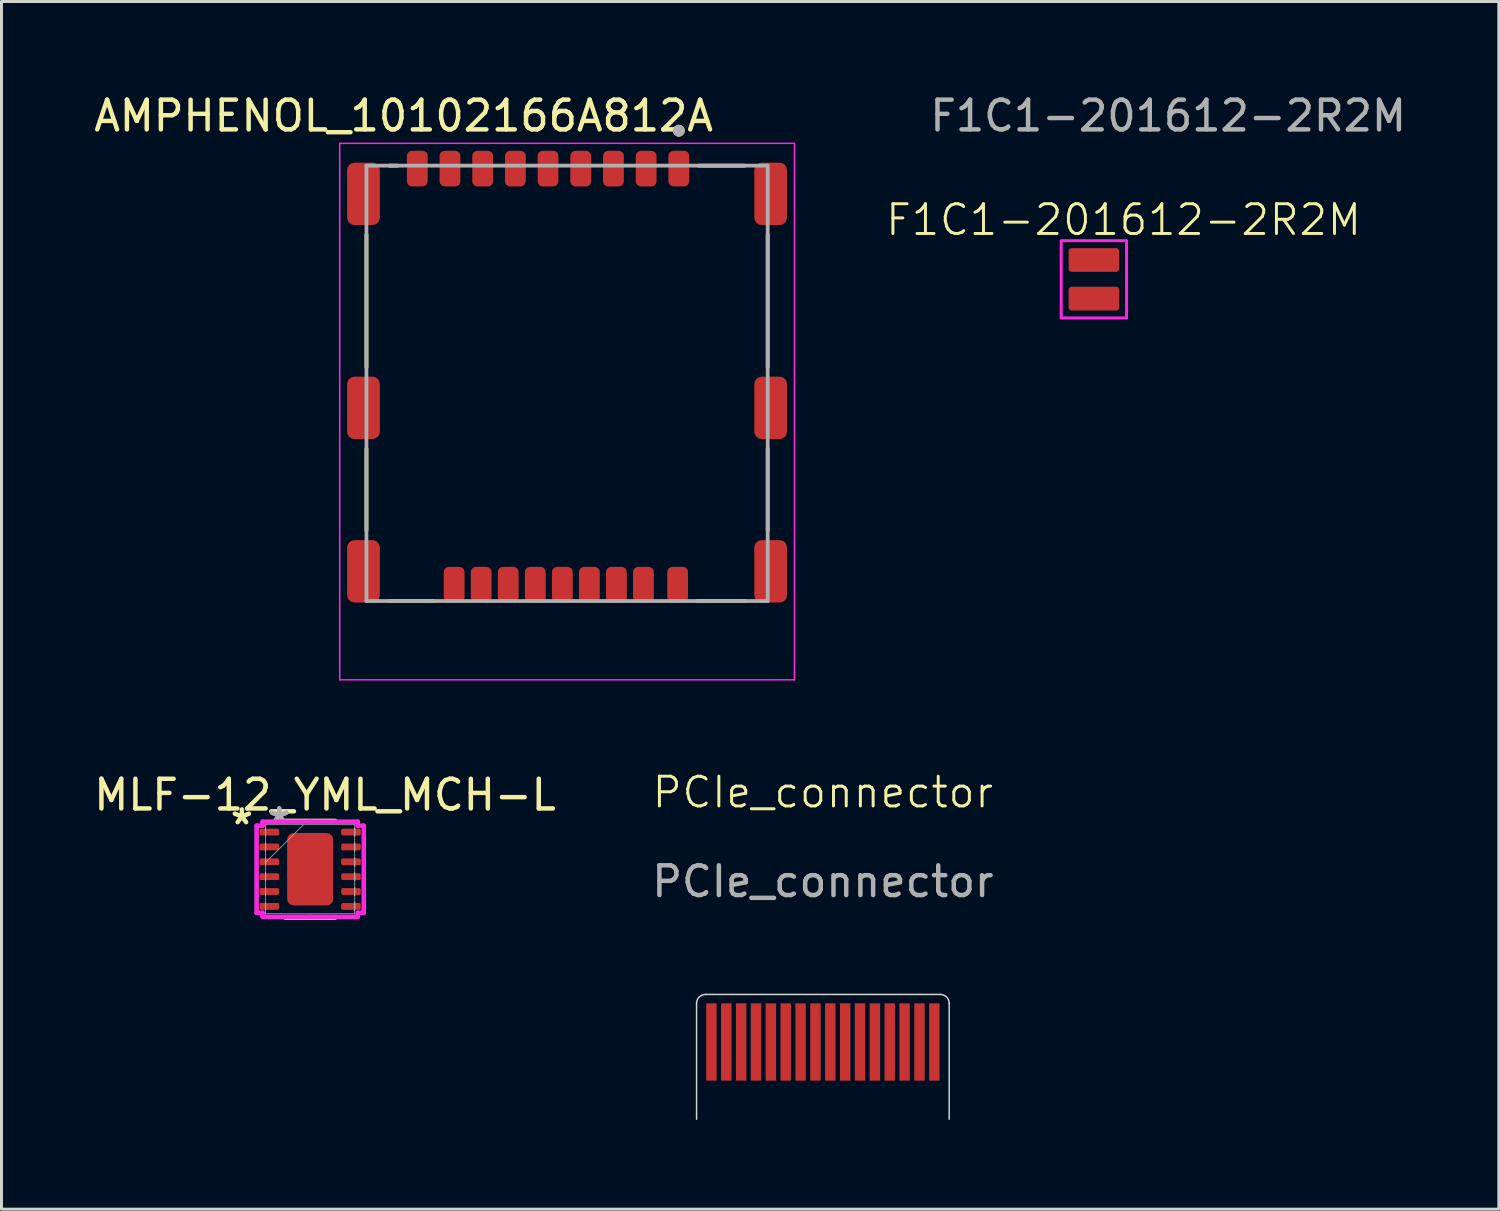
<source format=kicad_pcb>
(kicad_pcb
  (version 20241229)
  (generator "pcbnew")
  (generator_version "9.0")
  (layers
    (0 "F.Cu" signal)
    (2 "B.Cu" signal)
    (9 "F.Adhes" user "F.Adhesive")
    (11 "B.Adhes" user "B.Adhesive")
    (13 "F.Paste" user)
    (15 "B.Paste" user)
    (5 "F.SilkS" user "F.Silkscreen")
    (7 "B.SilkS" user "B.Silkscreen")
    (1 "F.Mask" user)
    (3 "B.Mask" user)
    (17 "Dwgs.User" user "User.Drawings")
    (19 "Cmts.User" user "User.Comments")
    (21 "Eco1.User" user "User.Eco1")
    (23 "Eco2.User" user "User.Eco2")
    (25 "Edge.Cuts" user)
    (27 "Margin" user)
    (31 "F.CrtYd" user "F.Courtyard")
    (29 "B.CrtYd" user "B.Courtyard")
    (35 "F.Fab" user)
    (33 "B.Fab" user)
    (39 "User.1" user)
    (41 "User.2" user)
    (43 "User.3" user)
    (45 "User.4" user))
  (footprint "PCIe_connector"
    (layer "F.Cu")
    (at 24.637 32.609)
    (property "Reference" "PCIe_connector" (at 0 -9 0) (unlocked yes) (layer "F.SilkS") (effects (font (size 1 1) (thickness 0.1))))
    (attr smd)
    (fp_line (start -4.25 2) (end -4.25 -1.9) (stroke (width 0.05) (type solid)) (layer "Edge.Cuts"))
    (fp_line (start -3.95 -2.2) (end 3.95 -2.2) (stroke (width 0.05) (type solid)) (layer "Edge.Cuts"))
    (fp_line (start 4.25 -1.9) (end 4.25 2) (stroke (width 0.05) (type solid)) (layer "Edge.Cuts"))
    (fp_arc (start -4.25 -1.9) (mid -4.162132 -2.112132) (end -3.95 -2.2) (stroke (width 0.05) (type solid)) (layer "Edge.Cuts"))
    (fp_arc (start 3.95 -2.2) (mid 4.162132 -2.112132) (end 4.25 -1.9) (stroke (width 0.05) (type solid)) (layer "Edge.Cuts"))
    (fp_line (start -4.25 1.3) (end -4.25 -1.9) (stroke (width 0.05) (type solid)) (layer "User.4"))
    (fp_line (start -3.95 -2.2) (end 3.95 -2.2) (stroke (width 0.05) (type solid)) (layer "User.4"))
    (fp_line (start 4.25 -1.9) (end 4.25 1.3) (stroke (width 0.05) (type solid)) (layer "User.4"))
    (fp_line (start 4.25 1.3) (end -4.25 1.3) (stroke (width 0.05) (type solid)) (layer "User.4"))
    (fp_arc (start -4.25 -1.9) (mid -4.162132 -2.112132) (end -3.95 -2.2) (stroke (width 0.05) (type solid)) (layer "User.4"))
    (fp_arc (start 3.95 -2.2) (mid 4.162132 -2.112132) (end 4.25 -1.9) (stroke (width 0.05) (type solid)) (layer "User.4"))
    (fp_text user "${REFERENCE}" (at 0 -6 0) (unlocked yes) (layer "F.Fab") (effects (font (size 1 1) (thickness 0.15))))
    (pad "1" smd rect (at 3.75 -0.6) (size 0.35 2.6) (layers "F.Cu" "F.Mask"))
    (pad "2" smd rect (at 3.25 -0.6) (size 0.35 2.6) (layers "F.Cu" "F.Mask"))
    (pad "3" smd rect (at 2.75 -0.6) (size 0.35 2.6) (layers "F.Cu" "F.Mask"))
    (pad "4" smd rect (at 2.25 -0.6) (size 0.35 2.6) (layers "F.Cu" "F.Mask"))
    (pad "5" smd rect (at 1.75 -0.6) (size 0.35 2.6) (layers "F.Cu" "F.Mask"))
    (pad "6" smd rect (at 1.25 -0.6) (size 0.35 2.6) (layers "F.Cu" "F.Mask"))
    (pad "7" smd rect (at 0.75 -0.6) (size 0.35 2.6) (layers "F.Cu" "F.Mask"))
    (pad "8" smd rect (at 0.25 -0.6) (size 0.35 2.6) (layers "F.Cu" "F.Mask"))
    (pad "9" smd rect (at -0.25 -0.6) (size 0.35 2.6) (layers "F.Cu" "F.Mask"))
    (pad "10" smd rect (at -0.75 -0.6) (size 0.35 2.6) (layers "F.Cu" "F.Mask"))
    (pad "11" smd rect (at -1.25 -0.6) (size 0.35 2.6) (layers "F.Cu" "F.Mask"))
    (pad "12" smd rect (at -1.75 -0.6) (size 0.35 2.6) (layers "F.Cu" "F.Mask"))
    (pad "13" smd rect (at -2.25 -0.6) (size 0.35 2.6) (layers "F.Cu" "F.Mask"))
    (pad "14" smd rect (at -2.75 -0.6) (size 0.35 2.6) (layers "F.Cu" "F.Mask"))
    (pad "15" smd rect (at -3.25 -0.6) (size 0.35 2.6) (layers "F.Cu" "F.Mask"))
    (pad "16" smd rect (at -3.75 -0.6) (size 0.35 2.6) (layers "F.Cu" "F.Mask")))
  (footprint "MLF-12_YML_MCH-L"
    (layer "F.Cu")
    (at 7.387 26.197)
    (property "Reference" "MLF-12_YML_MCH-L" (at 0.5 -2.5 0) (unlocked yes) (layer "F.SilkS") (effects (font (size 1 1) (thickness 0.15))))
    (attr smd)
    (fp_line (start -0.835 1.626) (end 0.835 1.626) (stroke (width 0.152) (type solid)) (layer "F.SilkS"))
    (fp_line (start 0.835 -1.626) (end -0.835 -1.626) (stroke (width 0.152) (type solid)) (layer "F.SilkS"))
    (fp_line (start -1.803 -1.466) (end -1.6 -1.466) (stroke (width 0.152) (type solid)) (layer "F.CrtYd"))
    (fp_line (start -1.803 1.466) (end -1.803 -1.466) (stroke (width 0.152) (type solid)) (layer "F.CrtYd"))
    (fp_line (start -1.6 -1.6) (end 0 -1.6) (stroke (width 0.152) (type solid)) (layer "F.CrtYd"))
    (fp_line (start -1.6 -1.466) (end -1.6 -1.6) (stroke (width 0.152) (type solid)) (layer "F.CrtYd"))
    (fp_line (start -1.6 1.466) (end -1.803 1.466) (stroke (width 0.152) (type solid)) (layer "F.CrtYd"))
    (fp_line (start -1.6 1.6) (end -1.6 1.466) (stroke (width 0.152) (type solid)) (layer "F.CrtYd"))
    (fp_line (start 0 -1.6) (end 1.6 -1.6) (stroke (width 0.152) (type solid)) (layer "F.CrtYd"))
    (fp_line (start 0 1.6) (end -1.6 1.6) (stroke (width 0.152) (type solid)) (layer "F.CrtYd"))
    (fp_line (start 1.6 -1.6) (end 1.6 -1.466) (stroke (width 0.152) (type solid)) (layer "F.CrtYd"))
    (fp_line (start 1.6 -1.466) (end 1.803 -1.466) (stroke (width 0.152) (type solid)) (layer "F.CrtYd"))
    (fp_line (start 1.6 1.466) (end 1.6 1.6) (stroke (width 0.152) (type solid)) (layer "F.CrtYd"))
    (fp_line (start 1.6 1.6) (end 0 1.6) (stroke (width 0.152) (type solid)) (layer "F.CrtYd"))
    (fp_line (start 1.803 -1.466) (end 1.803 1.466) (stroke (width 0.152) (type solid)) (layer "F.CrtYd"))
    (fp_line (start 1.803 1.466) (end 1.6 1.466) (stroke (width 0.152) (type solid)) (layer "F.CrtYd"))
    (fp_line (start -1.499 -1.499) (end -1.499 -1.499) (stroke (width 0.025) (type solid)) (layer "F.Fab"))
    (fp_line (start -1.499 -1.499) (end -1.499 1.499) (stroke (width 0.025) (type solid)) (layer "F.Fab"))
    (fp_line (start -1.499 -1.39) (end -1.499 -1.39) (stroke (width 0.025) (type solid)) (layer "F.Fab"))
    (fp_line (start -1.499 -1.39) (end -1.499 -1.11) (stroke (width 0.025) (type solid)) (layer "F.Fab"))
    (fp_line (start -1.499 -1.11) (end -1.499 -1.39) (stroke (width 0.025) (type solid)) (layer "F.Fab"))
    (fp_line (start -1.499 -1.11) (end -1.499 -1.11) (stroke (width 0.025) (type solid)) (layer "F.Fab"))
    (fp_line (start -1.499 -0.89) (end -1.499 -0.89) (stroke (width 0.025) (type solid)) (layer "F.Fab"))
    (fp_line (start -1.499 -0.89) (end -1.499 -0.61) (stroke (width 0.025) (type solid)) (layer "F.Fab"))
    (fp_line (start -1.499 -0.61) (end -1.499 -0.89) (stroke (width 0.025) (type solid)) (layer "F.Fab"))
    (fp_line (start -1.499 -0.61) (end -1.499 -0.61) (stroke (width 0.025) (type solid)) (layer "F.Fab"))
    (fp_line (start -1.499 -0.39) (end -1.499 -0.39) (stroke (width 0.025) (type solid)) (layer "F.Fab"))
    (fp_line (start -1.499 -0.39) (end -1.499 -0.11) (stroke (width 0.025) (type solid)) (layer "F.Fab"))
    (fp_line (start -1.499 -0.229) (end -0.229 -1.499) (stroke (width 0.025) (type solid)) (layer "F.Fab"))
    (fp_line (start -1.499 -0.11) (end -1.499 -0.39) (stroke (width 0.025) (type solid)) (layer "F.Fab"))
    (fp_line (start -1.499 -0.11) (end -1.499 -0.11) (stroke (width 0.025) (type solid)) (layer "F.Fab"))
    (fp_line (start -1.499 0.11) (end -1.499 0.11) (stroke (width 0.025) (type solid)) (layer "F.Fab"))
    (fp_line (start -1.499 0.11) (end -1.499 0.39) (stroke (width 0.025) (type solid)) (layer "F.Fab"))
    (fp_line (start -1.499 0.39) (end -1.499 0.11) (stroke (width 0.025) (type solid)) (layer "F.Fab"))
    (fp_line (start -1.499 0.39) (end -1.499 0.39) (stroke (width 0.025) (type solid)) (layer "F.Fab"))
    (fp_line (start -1.499 0.61) (end -1.499 0.61) (stroke (width 0.025) (type solid)) (layer "F.Fab"))
    (fp_line (start -1.499 0.61) (end -1.499 0.89) (stroke (width 0.025) (type solid)) (layer "F.Fab"))
    (fp_line (start -1.499 0.89) (end -1.499 0.61) (stroke (width 0.025) (type solid)) (layer "F.Fab"))
    (fp_line (start -1.499 0.89) (end -1.499 0.89) (stroke (width 0.025) (type solid)) (layer "F.Fab"))
    (fp_line (start -1.499 1.11) (end -1.499 1.11) (stroke (width 0.025) (type solid)) (layer "F.Fab"))
    (fp_line (start -1.499 1.11) (end -1.499 1.39) (stroke (width 0.025) (type solid)) (layer "F.Fab"))
    (fp_line (start -1.499 1.39) (end -1.499 1.11) (stroke (width 0.025) (type solid)) (layer "F.Fab"))
    (fp_line (start -1.499 1.39) (end -1.499 1.39) (stroke (width 0.025) (type solid)) (layer "F.Fab"))
    (fp_line (start -1.499 1.499) (end -1.499 1.499) (stroke (width 0.025) (type solid)) (layer "F.Fab"))
    (fp_line (start -1.499 1.499) (end 1.499 1.499) (stroke (width 0.025) (type solid)) (layer "F.Fab"))
    (fp_line (start 1.499 -1.499) (end -1.499 -1.499) (stroke (width 0.025) (type solid)) (layer "F.Fab"))
    (fp_line (start 1.499 -1.499) (end 1.499 -1.499) (stroke (width 0.025) (type solid)) (layer "F.Fab"))
    (fp_line (start 1.499 -1.39) (end 1.499 -1.39) (stroke (width 0.025) (type solid)) (layer "F.Fab"))
    (fp_line (start 1.499 -1.39) (end 1.499 -1.11) (stroke (width 0.025) (type solid)) (layer "F.Fab"))
    (fp_line (start 1.499 -1.11) (end 1.499 -1.39) (stroke (width 0.025) (type solid)) (layer "F.Fab"))
    (fp_line (start 1.499 -1.11) (end 1.499 -1.11) (stroke (width 0.025) (type solid)) (layer "F.Fab"))
    (fp_line (start 1.499 -0.89) (end 1.499 -0.89) (stroke (width 0.025) (type solid)) (layer "F.Fab"))
    (fp_line (start 1.499 -0.89) (end 1.499 -0.61) (stroke (width 0.025) (type solid)) (layer "F.Fab"))
    (fp_line (start 1.499 -0.61) (end 1.499 -0.89) (stroke (width 0.025) (type solid)) (layer "F.Fab"))
    (fp_line (start 1.499 -0.61) (end 1.499 -0.61) (stroke (width 0.025) (type solid)) (layer "F.Fab"))
    (fp_line (start 1.499 -0.39) (end 1.499 -0.39) (stroke (width 0.025) (type solid)) (layer "F.Fab"))
    (fp_line (start 1.499 -0.39) (end 1.499 -0.11) (stroke (width 0.025) (type solid)) (layer "F.Fab"))
    (fp_line (start 1.499 -0.11) (end 1.499 -0.39) (stroke (width 0.025) (type solid)) (layer "F.Fab"))
    (fp_line (start 1.499 -0.11) (end 1.499 -0.11) (stroke (width 0.025) (type solid)) (layer "F.Fab"))
    (fp_line (start 1.499 0.11) (end 1.499 0.11) (stroke (width 0.025) (type solid)) (layer "F.Fab"))
    (fp_line (start 1.499 0.11) (end 1.499 0.39) (stroke (width 0.025) (type solid)) (layer "F.Fab"))
    (fp_line (start 1.499 0.39) (end 1.499 0.11) (stroke (width 0.025) (type solid)) (layer "F.Fab"))
    (fp_line (start 1.499 0.39) (end 1.499 0.39) (stroke (width 0.025) (type solid)) (layer "F.Fab"))
    (fp_line (start 1.499 0.61) (end 1.499 0.61) (stroke (width 0.025) (type solid)) (layer "F.Fab"))
    (fp_line (start 1.499 0.61) (end 1.499 0.89) (stroke (width 0.025) (type solid)) (layer "F.Fab"))
    (fp_line (start 1.499 0.89) (end 1.499 0.61) (stroke (width 0.025) (type solid)) (layer "F.Fab"))
    (fp_line (start 1.499 0.89) (end 1.499 0.89) (stroke (width 0.025) (type solid)) (layer "F.Fab"))
    (fp_line (start 1.499 1.11) (end 1.499 1.11) (stroke (width 0.025) (type solid)) (layer "F.Fab"))
    (fp_line (start 1.499 1.11) (end 1.499 1.39) (stroke (width 0.025) (type solid)) (layer "F.Fab"))
    (fp_line (start 1.499 1.39) (end 1.499 1.11) (stroke (width 0.025) (type solid)) (layer "F.Fab"))
    (fp_line (start 1.499 1.39) (end 1.499 1.39) (stroke (width 0.025) (type solid)) (layer "F.Fab"))
    (fp_line (start 1.499 1.499) (end 1.499 -1.499) (stroke (width 0.025) (type solid)) (layer "F.Fab"))
    (fp_line (start 1.499 1.499) (end 1.499 1.499) (stroke (width 0.025) (type solid)) (layer "F.Fab"))
    (fp_text user "*" (at -2.299 -1.468 0) (layer "F.SilkS") (effects (font (size 1 1) (thickness 0.15))))
    (fp_text user "*" (at -1.041 -1.5 0) (layer "F.Fab") (effects (font (size 1 1) (thickness 0.15))))
    (fp_text user "*" (at -1.041 -1.5 0) (unlocked yes) (layer "F.Fab") (effects (font (size 1 1) (thickness 0.15))))
    (pad "1" smd roundrect (at -1.372 -1.25 90) (size 0.229 0.66) (layers "F.Cu" "F.Mask" "F.Paste") (roundrect_rratio 0.25))
    (pad "2" smd roundrect (at -1.372 -0.75 90) (size 0.229 0.66) (layers "F.Cu" "F.Mask" "F.Paste") (roundrect_rratio 0.25))
    (pad "3" smd roundrect (at -1.372 -0.25 90) (size 0.229 0.66) (layers "F.Cu" "F.Mask" "F.Paste") (roundrect_rratio 0.25))
    (pad "4" smd roundrect (at -1.372 0.25 90) (size 0.229 0.66) (layers "F.Cu" "F.Mask" "F.Paste") (roundrect_rratio 0.25))
    (pad "5" smd roundrect (at -1.372 0.75 90) (size 0.229 0.66) (layers "F.Cu" "F.Mask" "F.Paste") (roundrect_rratio 0.25))
    (pad "6" smd roundrect (at -1.372 1.25 90) (size 0.229 0.66) (layers "F.Cu" "F.Mask" "F.Paste") (roundrect_rratio 0.25))
    (pad "7" smd roundrect (at 1.372 1.25 90) (size 0.229 0.66) (layers "F.Cu" "F.Mask" "F.Paste") (roundrect_rratio 0.25))
    (pad "8" smd roundrect (at 1.372 0.75 90) (size 0.229 0.66) (layers "F.Cu" "F.Mask" "F.Paste") (roundrect_rratio 0.25))
    (pad "9" smd roundrect (at 1.372 0.25 90) (size 0.229 0.66) (layers "F.Cu" "F.Mask" "F.Paste") (roundrect_rratio 0.25))
    (pad "10" smd roundrect (at 1.372 -0.25 90) (size 0.229 0.66) (layers "F.Cu" "F.Mask" "F.Paste") (roundrect_rratio 0.25))
    (pad "11" smd roundrect (at 1.372 -0.75 90) (size 0.229 0.66) (layers "F.Cu" "F.Mask" "F.Paste") (roundrect_rratio 0.25))
    (pad "12" smd roundrect (at 1.372 -1.25 90) (size 0.229 0.66) (layers "F.Cu" "F.Mask" "F.Paste") (roundrect_rratio 0.25))
    (pad "13" smd roundrect (at 0 0) (size 1.55 2.438) (layers "F.Cu" "F.Mask" "F.Paste") (roundrect_rratio 0.143)))
  (footprint "AMPHENOL_10102166A812A"
    (layer "F.Cu")
    (at 16.03 9.848)
    (property "Reference" "AMPHENOL_10102166A812A" (at -5.5 -9 0) (layer "F.SilkS") (effects (font (size 1 1) (thickness 0.15))))
    (attr smd)
    (fp_line (start -6.75 -0.545) (end -6.75 -5.005) (stroke (width 0.127) (type solid)) (layer "F.SilkS"))
    (fp_line (start -6.75 4.955) (end -6.75 2.195) (stroke (width 0.127) (type solid)) (layer "F.SilkS"))
    (fp_line (start -5.98 -7.325) (end -5.71 -7.325) (stroke (width 0.127) (type solid)) (layer "F.SilkS"))
    (fp_line (start -4.47 7.325) (end -5.98 7.325) (stroke (width 0.127) (type solid)) (layer "F.SilkS"))
    (fp_line (start 4.43 -7.325) (end 5.98 -7.325) (stroke (width 0.127) (type solid)) (layer "F.SilkS"))
    (fp_line (start 5.98 7.325) (end 4.39 7.325) (stroke (width 0.127) (type solid)) (layer "F.SilkS"))
    (fp_line (start 6.75 -0.545) (end 6.75 -5.005) (stroke (width 0.127) (type solid)) (layer "F.SilkS"))
    (fp_line (start 6.75 4.955) (end 6.75 2.195) (stroke (width 0.127) (type solid)) (layer "F.SilkS"))
    (fp_circle (center 3.76 -8.5) (end 3.86 -8.5) (stroke (width 0.2) (type solid)) (fill no) (layer "F.SilkS"))
    (fp_line (start -7.65 -8.075) (end 7.65 -8.075) (stroke (width 0.05) (type solid)) (layer "F.CrtYd"))
    (fp_line (start -7.65 9.975) (end -7.65 -8.075) (stroke (width 0.05) (type solid)) (layer "F.CrtYd"))
    (fp_line (start 7.65 -8.075) (end 7.65 9.975) (stroke (width 0.05) (type solid)) (layer "F.CrtYd"))
    (fp_line (start 7.65 9.975) (end -7.65 9.975) (stroke (width 0.05) (type solid)) (layer "F.CrtYd"))
    (fp_line (start -6.75 -7.325) (end 6.75 -7.325) (stroke (width 0.127) (type solid)) (layer "F.Fab"))
    (fp_line (start -6.75 7.325) (end -6.75 -7.325) (stroke (width 0.127) (type solid)) (layer "F.Fab"))
    (fp_line (start 6.75 -7.325) (end 6.75 7.325) (stroke (width 0.127) (type solid)) (layer "F.Fab"))
    (fp_line (start 6.75 7.325) (end -6.75 7.325) (stroke (width 0.127) (type solid)) (layer "F.Fab"))
    (fp_circle (center 3.76 -8.5) (end 3.86 -8.5) (stroke (width 0.2) (type solid)) (fill no) (layer "F.Fab"))
    (pad "1" smd roundrect (at 3.76 -7.225) (size 0.7 1.2) (layers "F.Cu" "F.Mask" "F.Paste") (roundrect_rratio 0.25))
    (pad "2" smd roundrect (at 2.66 -7.225) (size 0.7 1.2) (layers "F.Cu" "F.Mask" "F.Paste") (roundrect_rratio 0.25))
    (pad "3" smd roundrect (at 1.56 -7.225) (size 0.7 1.2) (layers "F.Cu" "F.Mask" "F.Paste") (roundrect_rratio 0.25))
    (pad "4" smd roundrect (at 0.46 -7.225) (size 0.7 1.2) (layers "F.Cu" "F.Mask" "F.Paste") (roundrect_rratio 0.25))
    (pad "5" smd roundrect (at -0.64 -7.225) (size 0.7 1.2) (layers "F.Cu" "F.Mask" "F.Paste") (roundrect_rratio 0.25))
    (pad "6" smd roundrect (at -1.74 -7.225) (size 0.7 1.2) (layers "F.Cu" "F.Mask" "F.Paste") (roundrect_rratio 0.25))
    (pad "7" smd roundrect (at -2.84 -7.225) (size 0.7 1.2) (layers "F.Cu" "F.Mask" "F.Paste") (roundrect_rratio 0.25))
    (pad "8" smd roundrect (at -3.94 -7.225) (size 0.7 1.2) (layers "F.Cu" "F.Mask" "F.Paste") (roundrect_rratio 0.25))
    (pad "9" smd roundrect (at 3.72 6.775) (size 0.7 1.2) (layers "F.Cu" "F.Mask" "F.Paste") (roundrect_rratio 0.25))
    (pad "10" smd roundrect (at 1.66 6.775) (size 0.7 1.2) (layers "F.Cu" "F.Mask" "F.Paste") (roundrect_rratio 0.25))
    (pad "11" smd roundrect (at 0.75 6.775) (size 0.7 1.2) (layers "F.Cu" "F.Mask" "F.Paste") (roundrect_rratio 0.25))
    (pad "12" smd roundrect (at -0.16 6.775) (size 0.7 1.2) (layers "F.Cu" "F.Mask" "F.Paste") (roundrect_rratio 0.25))
    (pad "13" smd roundrect (at -1.07 6.775) (size 0.7 1.2) (layers "F.Cu" "F.Mask" "F.Paste") (roundrect_rratio 0.25))
    (pad "14" smd roundrect (at -1.98 6.775) (size 0.7 1.2) (layers "F.Cu" "F.Mask" "F.Paste") (roundrect_rratio 0.25))
    (pad "15" smd roundrect (at -2.89 6.775) (size 0.7 1.2) (layers "F.Cu" "F.Mask" "F.Paste") (roundrect_rratio 0.25))
    (pad "16" smd roundrect (at -3.8 6.775) (size 0.7 1.2) (layers "F.Cu" "F.Mask" "F.Paste") (roundrect_rratio 0.25))
    (pad "17" smd roundrect (at 2.57 6.775) (size 0.7 1.2) (layers "F.Cu" "F.Mask" "F.Paste") (roundrect_rratio 0.25))
    (pad "DE" smd roundrect (at -5.04 -7.225) (size 0.7 1.2) (layers "F.Cu" "F.Mask" "F.Paste") (roundrect_rratio 0.25))
    (pad "S-1" smd roundrect (at -6.85 6.325) (size 1.1 2.1) (layers "F.Cu" "F.Mask" "F.Paste") (roundrect_rratio 0.227))
    (pad "S-2" smd roundrect (at -6.85 0.825) (size 1.1 2.1) (layers "F.Cu" "F.Mask" "F.Paste") (roundrect_rratio 0.227))
    (pad "S-3" smd roundrect (at -6.85 -6.375) (size 1.1 2.1) (layers "F.Cu" "F.Mask" "F.Paste") (roundrect_rratio 0.227))
    (pad "S-4" smd roundrect (at 6.85 -6.375) (size 1.1 2.1) (layers "F.Cu" "F.Mask" "F.Paste") (roundrect_rratio 0.227))
    (pad "S-5" smd roundrect (at 6.85 0.825) (size 1.1 2.1) (layers "F.Cu" "F.Mask" "F.Paste") (roundrect_rratio 0.227))
    (pad "S-6" smd roundrect (at 6.85 6.325) (size 1.1 2.1) (layers "F.Cu" "F.Mask" "F.Paste") (roundrect_rratio 0.227))
    (zone (net_name "") (layer "F.Cu") (hatch full 0.508) (connect_pads) (min_thickness 0.01) (filled_areas_thickness no) (keepout (tracks not_allowed) (vias allowed) (pads not_allowed) (copperpour allowed) (footprints allowed)) (placement (enabled no)) (fill) (polygon (pts (xy 10.03 14.823) (xy 9.28 14.823) (xy 9.28 12.023) (xy 10.03 12.023) (xy 10.03 9.323) (xy 9.28 9.323) (xy 9.28 4.823) (xy 10.03 4.823) (xy 10.03 3.523) (xy 22.03 3.523) (xy 22.03 4.823) (xy 22.78 4.823) (xy 22.78 9.323) (xy 22.03 9.323) (xy 22.03 12.023) (xy 22.78 12.023) (xy 22.78 14.793) (xy 22.03 14.793) (xy 22.03 15.723) (xy 10.03 15.723)))))
  (footprint "F1C1-201612-2R2M"
    (layer "F.Cu")
    (at 33.755 6.348)
    (property "Reference" "F1C1-201612-2R2M" (at 1 -2 0) (unlocked yes) (layer "F.SilkS") (effects (font (size 1 1) (thickness 0.1))))
    (attr smd)
    (fp_rect (start -1.1 -1.3) (end 1.1 1.3) (stroke (width 0.1) (type solid)) (fill no) (layer "F.CrtYd"))
    (fp_text user "${REFERENCE}" (at 2.5 -5.5 0) (unlocked yes) (layer "F.Fab") (effects (font (size 1 1) (thickness 0.15))))
    (pad "1" smd roundrect (at 0 0.65) (size 1.7 0.8) (layers "F.Cu" "F.Mask" "F.Paste") (roundrect_rratio 0.125))
    (pad "2" smd roundrect (at 0 -0.65) (size 1.7 0.8) (layers "F.Cu" "F.Mask" "F.Paste") (roundrect_rratio 0.125)))
  (gr_rect
    (start -3 -3)
    (end 47.38 37.634)
    (stroke (width 0.1) (type default))
    (fill no)
    (layer "Edge.Cuts")))
</source>
